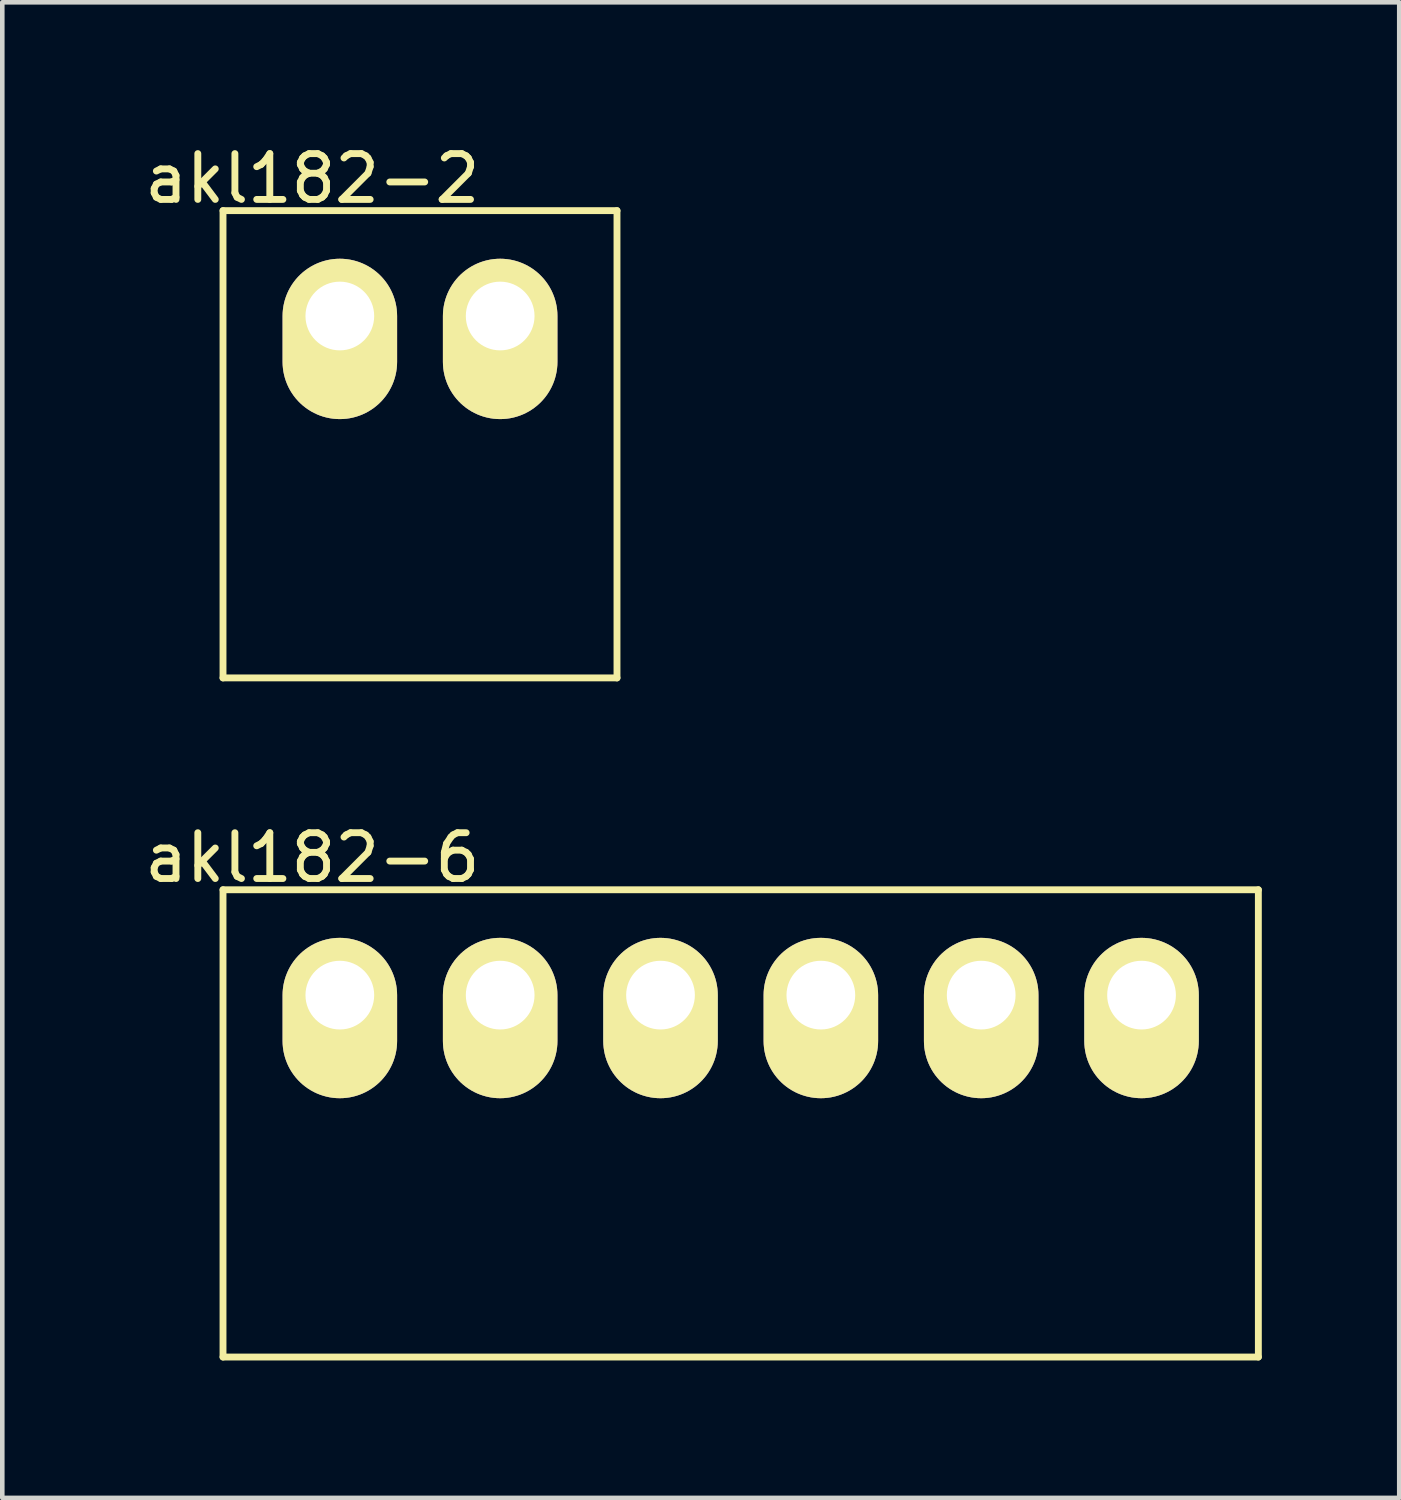
<source format=kicad_pcb>
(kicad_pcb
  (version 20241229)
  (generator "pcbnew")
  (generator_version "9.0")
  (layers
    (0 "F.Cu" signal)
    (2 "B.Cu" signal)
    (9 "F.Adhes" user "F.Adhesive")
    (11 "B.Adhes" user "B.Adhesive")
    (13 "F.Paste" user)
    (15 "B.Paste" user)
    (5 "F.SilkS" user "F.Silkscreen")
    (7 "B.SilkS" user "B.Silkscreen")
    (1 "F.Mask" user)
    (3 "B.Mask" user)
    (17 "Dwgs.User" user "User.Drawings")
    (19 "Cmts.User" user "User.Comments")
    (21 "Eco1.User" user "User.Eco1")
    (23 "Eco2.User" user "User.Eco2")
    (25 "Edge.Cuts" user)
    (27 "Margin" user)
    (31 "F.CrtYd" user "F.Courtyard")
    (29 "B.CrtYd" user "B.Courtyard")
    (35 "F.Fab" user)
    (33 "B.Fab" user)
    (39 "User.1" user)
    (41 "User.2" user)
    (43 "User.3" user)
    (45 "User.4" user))
  (footprint "akl182-2"
    (layer "F.Cu")
    (at 4.368 3.848)
    (property "Reference" "akl182-2" (at -0.6 -3 0) (layer "F.SilkS") (effects (font (size 1 1) (thickness 0.15))))
    (attr through_hole)
    (fp_line (start -2.55 -2.3) (end 6.05 -2.3) (stroke (width 0.15) (type solid)) (layer "F.SilkS"))
    (fp_line (start -2.55 7.9) (end -2.55 -2.3) (stroke (width 0.15) (type solid)) (layer "F.SilkS"))
    (fp_line (start -2.55 7.9) (end 6.05 7.9) (stroke (width 0.15) (type solid)) (layer "F.SilkS"))
    (fp_line (start 6.05 -2.3) (end 6.05 7.9) (stroke (width 0.15) (type solid)) (layer "F.SilkS"))
    (pad "1" thru_hole oval (at 0 0) (size 2.5 3.5) (drill 1.5 (offset 0 0.5)) (layers "*.Cu" "*.Mask" "F.SilkS"))
    (pad "2" thru_hole oval (at 3.5 0) (size 2.5 3.5) (drill 1.5 (offset 0 0.5)) (layers "*.Cu" "*.Mask" "F.SilkS")))
  (footprint "akl182-6"
    (layer "F.Cu")
    (at 4.368 18.672)
    (property "Reference" "akl182-6" (at -0.6 -3 0) (layer "F.SilkS") (effects (font (size 1 1) (thickness 0.15))))
    (attr through_hole)
    (fp_line (start -2.55 -2.3) (end 20.05 -2.3) (stroke (width 0.15) (type solid)) (layer "F.SilkS"))
    (fp_line (start -2.55 7.9) (end -2.55 -2.3) (stroke (width 0.15) (type solid)) (layer "F.SilkS"))
    (fp_line (start -2.55 7.9) (end 20.05 7.9) (stroke (width 0.15) (type solid)) (layer "F.SilkS"))
    (fp_line (start 20.05 -2.3) (end 20.05 7.9) (stroke (width 0.15) (type solid)) (layer "F.SilkS"))
    (pad "1" thru_hole oval (at 0 0) (size 2.5 3.5) (drill 1.5 (offset 0 0.5)) (layers "*.Cu" "*.Mask" "F.SilkS"))
    (pad "2" thru_hole oval (at 3.5 0) (size 2.5 3.5) (drill 1.5 (offset 0 0.5)) (layers "*.Cu" "*.Mask" "F.SilkS"))
    (pad "3" thru_hole oval (at 7 0) (size 2.5 3.5) (drill 1.5 (offset 0 0.5)) (layers "*.Cu" "*.Mask" "F.SilkS"))
    (pad "4" thru_hole oval (at 10.5 0) (size 2.5 3.5) (drill 1.5 (offset 0 0.5)) (layers "*.Cu" "*.Mask" "F.SilkS"))
    (pad "5" thru_hole oval (at 14 0) (size 2.5 3.5) (drill 1.5 (offset 0 0.5)) (layers "*.Cu" "*.Mask" "F.SilkS"))
    (pad "6" thru_hole oval (at 17.5 0) (size 2.5 3.5) (drill 1.5 (offset 0 0.5)) (layers "*.Cu" "*.Mask" "F.SilkS")))
  (gr_rect
    (start -3 -3)
    (end 27.493 29.646)
    (stroke (width 0.1) (type default))
    (fill no)
    (layer "Edge.Cuts")))
</source>
